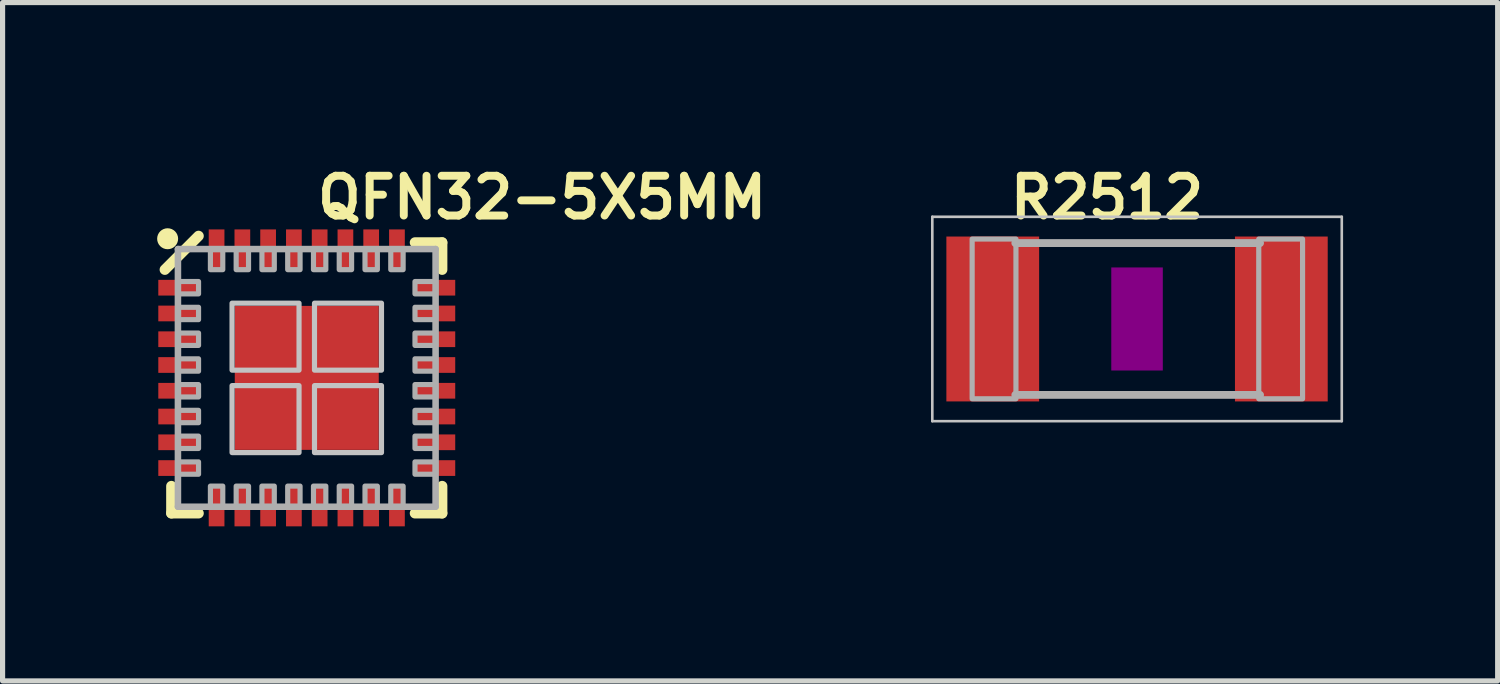
<source format=kicad_pcb>
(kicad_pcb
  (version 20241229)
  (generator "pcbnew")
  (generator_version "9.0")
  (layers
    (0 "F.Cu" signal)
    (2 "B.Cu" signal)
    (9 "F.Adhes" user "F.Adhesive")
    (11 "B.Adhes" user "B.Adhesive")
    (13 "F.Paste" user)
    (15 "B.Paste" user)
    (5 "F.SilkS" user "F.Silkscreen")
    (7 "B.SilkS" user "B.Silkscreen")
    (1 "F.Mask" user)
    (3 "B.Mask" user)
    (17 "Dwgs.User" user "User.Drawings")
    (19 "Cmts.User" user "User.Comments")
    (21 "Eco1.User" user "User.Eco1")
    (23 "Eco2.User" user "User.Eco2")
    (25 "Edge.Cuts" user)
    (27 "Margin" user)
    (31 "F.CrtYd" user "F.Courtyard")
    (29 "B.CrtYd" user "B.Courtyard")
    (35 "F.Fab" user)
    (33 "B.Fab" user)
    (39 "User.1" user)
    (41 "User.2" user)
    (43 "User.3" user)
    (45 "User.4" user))
  (footprint "QFN32-5X5MM"
    (layer "F.Cu")
    (at 2.903 4.283)
    (property "Reference" "QFN32-5X5MM" (at 0.127 -3.048 180) (layer "F.SilkS") (effects (font (size 0.772 0.772) (thickness 0.154)) (justify left bottom)))
    (attr through_hole)
    (fp_line (start -2.627 2.627) (end -2.627 2.1) (stroke (width 0.203) (type solid)) (layer "F.SilkS"))
    (fp_line (start -2.1 -2.754) (end -2.754 -2.1) (stroke (width 0.203) (type solid)) (layer "F.SilkS"))
    (fp_line (start -2.1 2.627) (end -2.627 2.627) (stroke (width 0.203) (type solid)) (layer "F.SilkS"))
    (fp_line (start 2.1 -2.627) (end 2.627 -2.627) (stroke (width 0.203) (type solid)) (layer "F.SilkS"))
    (fp_line (start 2.627 -2.627) (end 2.627 -2.1) (stroke (width 0.203) (type solid)) (layer "F.SilkS"))
    (fp_line (start 2.627 2.1) (end 2.627 2.627) (stroke (width 0.203) (type solid)) (layer "F.SilkS"))
    (fp_line (start 2.627 2.627) (end 2.1 2.627) (stroke (width 0.203) (type solid)) (layer "F.SilkS"))
    (fp_circle (center -2.7 -2.7) (end -2.598 -2.7) (stroke (width 0.203) (type solid)) (fill no) (layer "F.SilkS"))
    (fp_poly (pts (xy -1.45 -0.15) (xy -0.15 -0.15) (xy -0.15 -1.45) (xy -1.45 -1.45)) (stroke (width 0.1) (type solid)) (fill no) (layer "Dwgs.User"))
    (fp_poly (pts (xy -0.15 1.45) (xy -0.15 0.15) (xy -1.45 0.15) (xy -1.45 1.45)) (stroke (width 0.1) (type solid)) (fill no) (layer "Dwgs.User"))
    (fp_poly (pts (xy 0.15 -1.45) (xy 0.15 -0.15) (xy 1.45 -0.15) (xy 1.45 -1.45)) (stroke (width 0.1) (type solid)) (fill no) (layer "Dwgs.User"))
    (fp_poly (pts (xy 1.45 0.15) (xy 0.15 0.15) (xy 0.15 1.45) (xy 1.45 1.45)) (stroke (width 0.1) (type solid)) (fill no) (layer "Dwgs.User"))
    (fp_line (start -2.5 -2.5) (end -2.5 2.5) (stroke (width 0.127) (type solid)) (layer "F.Fab"))
    (fp_line (start -2.5 2.5) (end 2.5 2.5) (stroke (width 0.127) (type solid)) (layer "F.Fab"))
    (fp_line (start 2.5 -2.5) (end -2.5 -2.5) (stroke (width 0.127) (type solid)) (layer "F.Fab"))
    (fp_line (start 2.5 2.5) (end 2.5 -2.5) (stroke (width 0.127) (type solid)) (layer "F.Fab"))
    (fp_poly (pts (xy -2.5 -1.63) (xy -2.1 -1.63) (xy -2.1 -1.87) (xy -2.5 -1.87)) (stroke (width 0.1) (type solid)) (fill no) (layer "F.Fab"))
    (fp_poly (pts (xy -2.5 -1.13) (xy -2.1 -1.13) (xy -2.1 -1.37) (xy -2.5 -1.37)) (stroke (width 0.1) (type solid)) (fill no) (layer "F.Fab"))
    (fp_poly (pts (xy -2.5 -0.63) (xy -2.1 -0.63) (xy -2.1 -0.87) (xy -2.5 -0.87)) (stroke (width 0.1) (type solid)) (fill no) (layer "F.Fab"))
    (fp_poly (pts (xy -2.5 -0.13) (xy -2.1 -0.13) (xy -2.1 -0.37) (xy -2.5 -0.37)) (stroke (width 0.1) (type solid)) (fill no) (layer "F.Fab"))
    (fp_poly (pts (xy -2.5 0.37) (xy -2.1 0.37) (xy -2.1 0.13) (xy -2.5 0.13)) (stroke (width 0.1) (type solid)) (fill no) (layer "F.Fab"))
    (fp_poly (pts (xy -2.5 0.87) (xy -2.1 0.87) (xy -2.1 0.63) (xy -2.5 0.63)) (stroke (width 0.1) (type solid)) (fill no) (layer "F.Fab"))
    (fp_poly (pts (xy -2.5 1.37) (xy -2.1 1.37) (xy -2.1 1.13) (xy -2.5 1.13)) (stroke (width 0.1) (type solid)) (fill no) (layer "F.Fab"))
    (fp_poly (pts (xy -2.5 1.87) (xy -2.1 1.87) (xy -2.1 1.63) (xy -2.5 1.63)) (stroke (width 0.1) (type solid)) (fill no) (layer "F.Fab"))
    (fp_poly (pts (xy -1.87 -2.5) (xy -1.87 -2.1) (xy -1.63 -2.1) (xy -1.63 -2.5)) (stroke (width 0.1) (type solid)) (fill no) (layer "F.Fab"))
    (fp_poly (pts (xy -1.63 2.5) (xy -1.63 2.1) (xy -1.87 2.1) (xy -1.87 2.5)) (stroke (width 0.1) (type solid)) (fill no) (layer "F.Fab"))
    (fp_poly (pts (xy -1.37 -2.5) (xy -1.37 -2.1) (xy -1.13 -2.1) (xy -1.13 -2.5)) (stroke (width 0.1) (type solid)) (fill no) (layer "F.Fab"))
    (fp_poly (pts (xy -1.13 2.5) (xy -1.13 2.1) (xy -1.37 2.1) (xy -1.37 2.5)) (stroke (width 0.1) (type solid)) (fill no) (layer "F.Fab"))
    (fp_poly (pts (xy -0.87 -2.5) (xy -0.87 -2.1) (xy -0.63 -2.1) (xy -0.63 -2.5)) (stroke (width 0.1) (type solid)) (fill no) (layer "F.Fab"))
    (fp_poly (pts (xy -0.63 2.5) (xy -0.63 2.1) (xy -0.87 2.1) (xy -0.87 2.5)) (stroke (width 0.1) (type solid)) (fill no) (layer "F.Fab"))
    (fp_poly (pts (xy -0.37 -2.5) (xy -0.37 -2.1) (xy -0.13 -2.1) (xy -0.13 -2.5)) (stroke (width 0.1) (type solid)) (fill no) (layer "F.Fab"))
    (fp_poly (pts (xy -0.13 2.5) (xy -0.13 2.1) (xy -0.37 2.1) (xy -0.37 2.5)) (stroke (width 0.1) (type solid)) (fill no) (layer "F.Fab"))
    (fp_poly (pts (xy 0.13 -2.5) (xy 0.13 -2.1) (xy 0.37 -2.1) (xy 0.37 -2.5)) (stroke (width 0.1) (type solid)) (fill no) (layer "F.Fab"))
    (fp_poly (pts (xy 0.37 2.5) (xy 0.37 2.1) (xy 0.13 2.1) (xy 0.13 2.5)) (stroke (width 0.1) (type solid)) (fill no) (layer "F.Fab"))
    (fp_poly (pts (xy 0.63 -2.5) (xy 0.63 -2.1) (xy 0.87 -2.1) (xy 0.87 -2.5)) (stroke (width 0.1) (type solid)) (fill no) (layer "F.Fab"))
    (fp_poly (pts (xy 0.87 2.5) (xy 0.87 2.1) (xy 0.63 2.1) (xy 0.63 2.5)) (stroke (width 0.1) (type solid)) (fill no) (layer "F.Fab"))
    (fp_poly (pts (xy 1.13 -2.5) (xy 1.13 -2.1) (xy 1.37 -2.1) (xy 1.37 -2.5)) (stroke (width 0.1) (type solid)) (fill no) (layer "F.Fab"))
    (fp_poly (pts (xy 1.37 2.5) (xy 1.37 2.1) (xy 1.13 2.1) (xy 1.13 2.5)) (stroke (width 0.1) (type solid)) (fill no) (layer "F.Fab"))
    (fp_poly (pts (xy 1.63 -2.5) (xy 1.63 -2.1) (xy 1.87 -2.1) (xy 1.87 -2.5)) (stroke (width 0.1) (type solid)) (fill no) (layer "F.Fab"))
    (fp_poly (pts (xy 1.87 2.5) (xy 1.87 2.1) (xy 1.63 2.1) (xy 1.63 2.5)) (stroke (width 0.1) (type solid)) (fill no) (layer "F.Fab"))
    (fp_poly (pts (xy 2.5 -1.87) (xy 2.1 -1.87) (xy 2.1 -1.63) (xy 2.5 -1.63)) (stroke (width 0.1) (type solid)) (fill no) (layer "F.Fab"))
    (fp_poly (pts (xy 2.5 -1.37) (xy 2.1 -1.37) (xy 2.1 -1.13) (xy 2.5 -1.13)) (stroke (width 0.1) (type solid)) (fill no) (layer "F.Fab"))
    (fp_poly (pts (xy 2.5 -0.87) (xy 2.1 -0.87) (xy 2.1 -0.63) (xy 2.5 -0.63)) (stroke (width 0.1) (type solid)) (fill no) (layer "F.Fab"))
    (fp_poly (pts (xy 2.5 -0.37) (xy 2.1 -0.37) (xy 2.1 -0.13) (xy 2.5 -0.13)) (stroke (width 0.1) (type solid)) (fill no) (layer "F.Fab"))
    (fp_poly (pts (xy 2.5 0.13) (xy 2.1 0.13) (xy 2.1 0.37) (xy 2.5 0.37)) (stroke (width 0.1) (type solid)) (fill no) (layer "F.Fab"))
    (fp_poly (pts (xy 2.5 0.63) (xy 2.1 0.63) (xy 2.1 0.87) (xy 2.5 0.87)) (stroke (width 0.1) (type solid)) (fill no) (layer "F.Fab"))
    (fp_poly (pts (xy 2.5 1.13) (xy 2.1 1.13) (xy 2.1 1.37) (xy 2.5 1.37)) (stroke (width 0.1) (type solid)) (fill no) (layer "F.Fab"))
    (fp_poly (pts (xy 2.5 1.63) (xy 2.1 1.63) (xy 2.1 1.87) (xy 2.5 1.87)) (stroke (width 0.1) (type solid)) (fill no) (layer "F.Fab"))
    (pad "1" smd rect (at -2.5 -1.75) (size 0.762 0.305) (layers "F.Cu" "F.Mask" "F.Paste"))
    (pad "2" smd rect (at -2.5 -1.25) (size 0.762 0.305) (layers "F.Cu" "F.Mask" "F.Paste"))
    (pad "3" smd rect (at -2.5 -0.75) (size 0.762 0.305) (layers "F.Cu" "F.Mask" "F.Paste"))
    (pad "4" smd rect (at -2.5 -0.25) (size 0.762 0.305) (layers "F.Cu" "F.Mask" "F.Paste"))
    (pad "5" smd rect (at -2.5 0.25) (size 0.762 0.305) (layers "F.Cu" "F.Mask" "F.Paste"))
    (pad "6" smd rect (at -2.5 0.75) (size 0.762 0.305) (layers "F.Cu" "F.Mask" "F.Paste"))
    (pad "7" smd rect (at -2.5 1.25) (size 0.762 0.305) (layers "F.Cu" "F.Mask" "F.Paste"))
    (pad "8" smd rect (at -2.5 1.75) (size 0.762 0.305) (layers "F.Cu" "F.Mask" "F.Paste"))
    (pad "9" smd rect (at -1.75 2.5 90) (size 0.762 0.305) (layers "F.Cu" "F.Mask" "F.Paste"))
    (pad "10" smd rect (at -1.25 2.5 90) (size 0.762 0.305) (layers "F.Cu" "F.Mask" "F.Paste"))
    (pad "11" smd rect (at -0.75 2.5 90) (size 0.762 0.305) (layers "F.Cu" "F.Mask" "F.Paste"))
    (pad "12" smd rect (at -0.25 2.5 90) (size 0.762 0.305) (layers "F.Cu" "F.Mask" "F.Paste"))
    (pad "13" smd rect (at 0.25 2.5 90) (size 0.762 0.305) (layers "F.Cu" "F.Mask" "F.Paste"))
    (pad "14" smd rect (at 0.75 2.5 90) (size 0.762 0.305) (layers "F.Cu" "F.Mask" "F.Paste"))
    (pad "15" smd rect (at 1.25 2.5 90) (size 0.762 0.305) (layers "F.Cu" "F.Mask" "F.Paste"))
    (pad "16" smd rect (at 1.75 2.5 90) (size 0.762 0.305) (layers "F.Cu" "F.Mask" "F.Paste"))
    (pad "17" smd rect (at 2.5 1.75 180) (size 0.762 0.305) (layers "F.Cu" "F.Mask" "F.Paste"))
    (pad "18" smd rect (at 2.5 1.25 180) (size 0.762 0.305) (layers "F.Cu" "F.Mask" "F.Paste"))
    (pad "19" smd rect (at 2.5 0.75 180) (size 0.762 0.305) (layers "F.Cu" "F.Mask" "F.Paste"))
    (pad "20" smd rect (at 2.5 0.25 180) (size 0.762 0.305) (layers "F.Cu" "F.Mask" "F.Paste"))
    (pad "21" smd rect (at 2.5 -0.25 180) (size 0.762 0.305) (layers "F.Cu" "F.Mask" "F.Paste"))
    (pad "22" smd rect (at 2.5 -0.75 180) (size 0.762 0.305) (layers "F.Cu" "F.Mask" "F.Paste"))
    (pad "23" smd rect (at 2.5 -1.25 180) (size 0.762 0.305) (layers "F.Cu" "F.Mask" "F.Paste"))
    (pad "24" smd rect (at 2.5 -1.75 180) (size 0.762 0.305) (layers "F.Cu" "F.Mask" "F.Paste"))
    (pad "25" smd rect (at 1.75 -2.5 270) (size 0.762 0.305) (layers "F.Cu" "F.Mask" "F.Paste"))
    (pad "26" smd rect (at 1.25 -2.5 270) (size 0.762 0.305) (layers "F.Cu" "F.Mask" "F.Paste"))
    (pad "27" smd rect (at 0.75 -2.5 270) (size 0.762 0.305) (layers "F.Cu" "F.Mask" "F.Paste"))
    (pad "28" smd rect (at 0.25 -2.5 270) (size 0.762 0.305) (layers "F.Cu" "F.Mask" "F.Paste"))
    (pad "29" smd rect (at -0.25 -2.5 270) (size 0.762 0.305) (layers "F.Cu" "F.Mask" "F.Paste"))
    (pad "30" smd rect (at -0.75 -2.5 270) (size 0.762 0.305) (layers "F.Cu" "F.Mask" "F.Paste"))
    (pad "31" smd rect (at -1.25 -2.5 270) (size 0.762 0.305) (layers "F.Cu" "F.Mask" "F.Paste"))
    (pad "32" smd rect (at -1.75 -2.5 270) (size 0.762 0.305) (layers "F.Cu" "F.Mask" "F.Paste"))
    (pad "EP" smd rect (at 0 0) (size 2.794 2.794) (layers "F.Cu" "F.Mask")))
  (footprint "R2512"
    (layer "F.Cu")
    (at 19.015 3.14)
    (property "Reference" "R2512" (at -2.54 -1.905 0) (layer "F.SilkS") (effects (font (size 0.772 0.772) (thickness 0.154)) (justify left bottom)))
    (attr through_hole)
    (fp_poly (pts (xy -0.5 1) (xy 0.5 1) (xy 0.5 -1) (xy -0.5 -1)) (stroke (width 0) (type solid)) (fill yes) (layer "F.Adhes"))
    (fp_line (start -3.973 -1.983) (end 3.973 -1.983) (stroke (width 0.051) (type solid)) (layer "Dwgs.User"))
    (fp_line (start -3.973 1.983) (end -3.973 -1.983) (stroke (width 0.051) (type solid)) (layer "Dwgs.User"))
    (fp_line (start 3.973 -1.983) (end 3.973 1.983) (stroke (width 0.051) (type solid)) (layer "Dwgs.User"))
    (fp_line (start 3.973 1.983) (end -3.973 1.983) (stroke (width 0.051) (type solid)) (layer "Dwgs.User"))
    (fp_line (start -2.362 -1.473) (end 2.387 -1.473) (stroke (width 0.152) (type solid)) (layer "F.Fab"))
    (fp_line (start -2.362 1.473) (end 2.387 1.473) (stroke (width 0.152) (type solid)) (layer "F.Fab"))
    (fp_poly (pts (xy -3.2 1.549) (xy -2.35 1.549) (xy -2.35 -1.551) (xy -3.2 -1.551)) (stroke (width 0.1) (type solid)) (fill no) (layer "F.Fab"))
    (fp_poly (pts (xy 2.362 1.549) (xy 3.212 1.549) (xy 3.212 -1.551) (xy 2.362 -1.551)) (stroke (width 0.1) (type solid)) (fill no) (layer "F.Fab"))
    (pad "1" smd rect (at -2.8 0) (size 1.8 3.2) (layers "F.Cu" "F.Mask" "F.Paste"))
    (pad "2" smd rect (at 2.8 0) (size 1.8 3.2) (layers "F.Cu" "F.Mask" "F.Paste")))
  (gr_rect
    (start -3 -3)
    (end 26.013 10.164)
    (stroke (width 0.1) (type default))
    (fill no)
    (layer "Edge.Cuts")))
</source>
